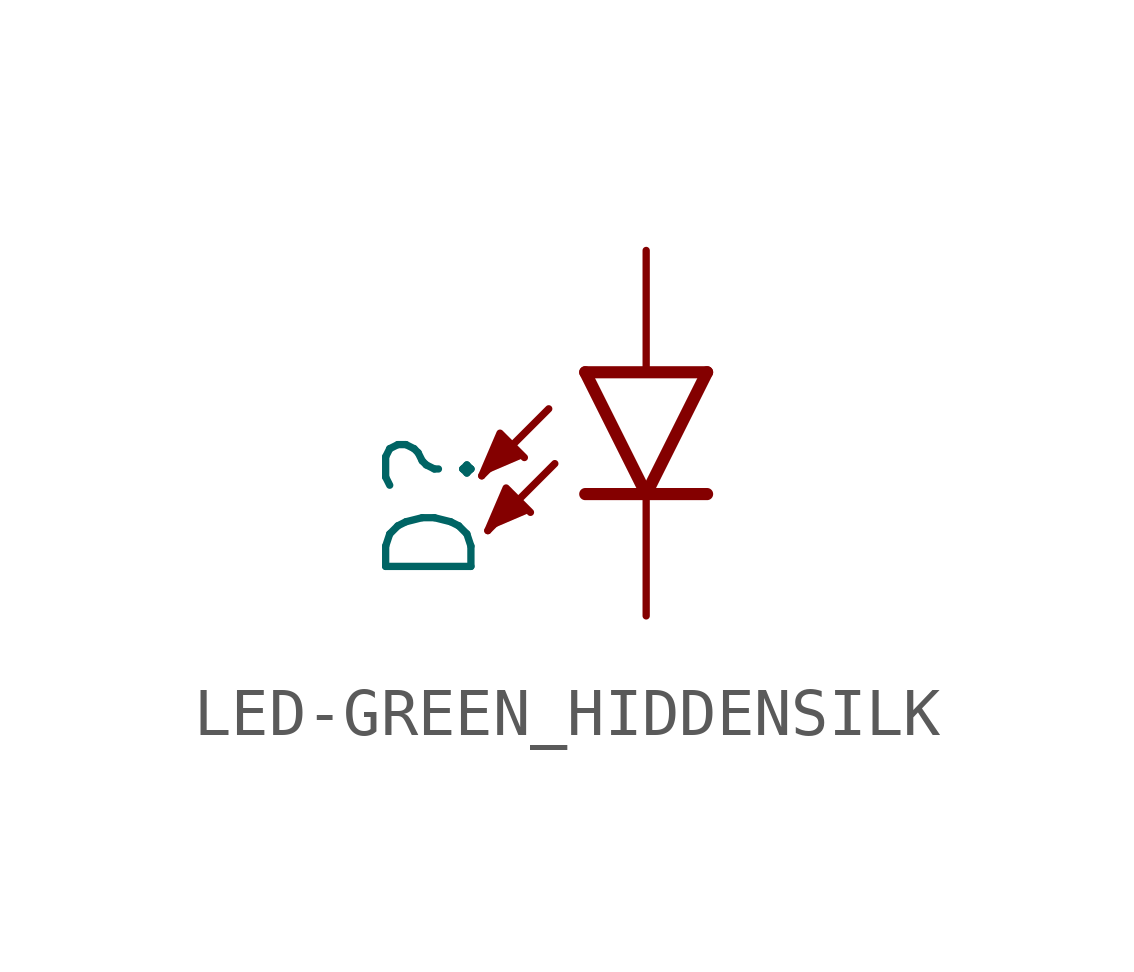
<source format=kicad_sym>
(kicad_symbol_lib
  (version 20231120)
  (generator "kicad_symbol_editor")
  (generator_version "8.0")
  (symbol "LED-GREEN_HIDDENSILK"
    (property "Reference" "D"
      (at -3.429 -4.572 90)
      (effects (font (size 1.778 1.778)) (justify left bottom)))
    (property "Value" ""
      (at 1.905 -4.572 90)
      (effects (font (size 1.778 1.778)) (justify left top)))
    (property "ki_locked" ""
      (at 0 0 0)
      (effects (font (size 1.27 1.27))))
    (symbol "LED-GREEN_HIDDENSILK_1_0"
      (polyline (pts (xy -2.032 -0.762) (xy -3.429 -2.159)) (stroke (width 0.152) (type solid)) (fill (type none)))
      (polyline (pts (xy -1.905 -1.905) (xy -3.302 -3.302)) (stroke (width 0.152) (type solid)) (fill (type none)))
      (polyline (pts (xy 0 -2.54) (xy -1.27 -2.54)) (stroke (width 0.254) (type solid)) (fill (type none)))
      (polyline (pts (xy 0 -2.54) (xy -1.27 0)) (stroke (width 0.254) (type solid)) (fill (type none)))
      (polyline (pts (xy 1.27 -2.54) (xy 0 -2.54)) (stroke (width 0.254) (type solid)) (fill (type none)))
      (polyline (pts (xy 1.27 0) (xy -1.27 0)) (stroke (width 0.254) (type solid)) (fill (type none)))
      (polyline (pts (xy 1.27 0) (xy 0 -2.54)) (stroke (width 0.254) (type solid)) (fill (type none)))
      (polyline (pts (xy -3.429 -2.159) (xy -3.048 -1.27) (xy -2.54 -1.778)) (stroke (width 0.152) (type solid)) (fill (type outline)))
      (polyline (pts (xy -3.302 -3.302) (xy -2.921 -2.413) (xy -2.413 -2.921)) (stroke (width 0.152) (type solid)) (fill (type outline)))
      (pin passive line (at 0 2.54 270) (length 2.54) (name "A" (effects (font (size 0 0)))) (number "A" (effects (font (size 0 0)))))
      (pin passive line (at 0 -5.08 90) (length 2.54) (name "C" (effects (font (size 0 0)))) (number "C" (effects (font (size 0 0))))))))
</source>
